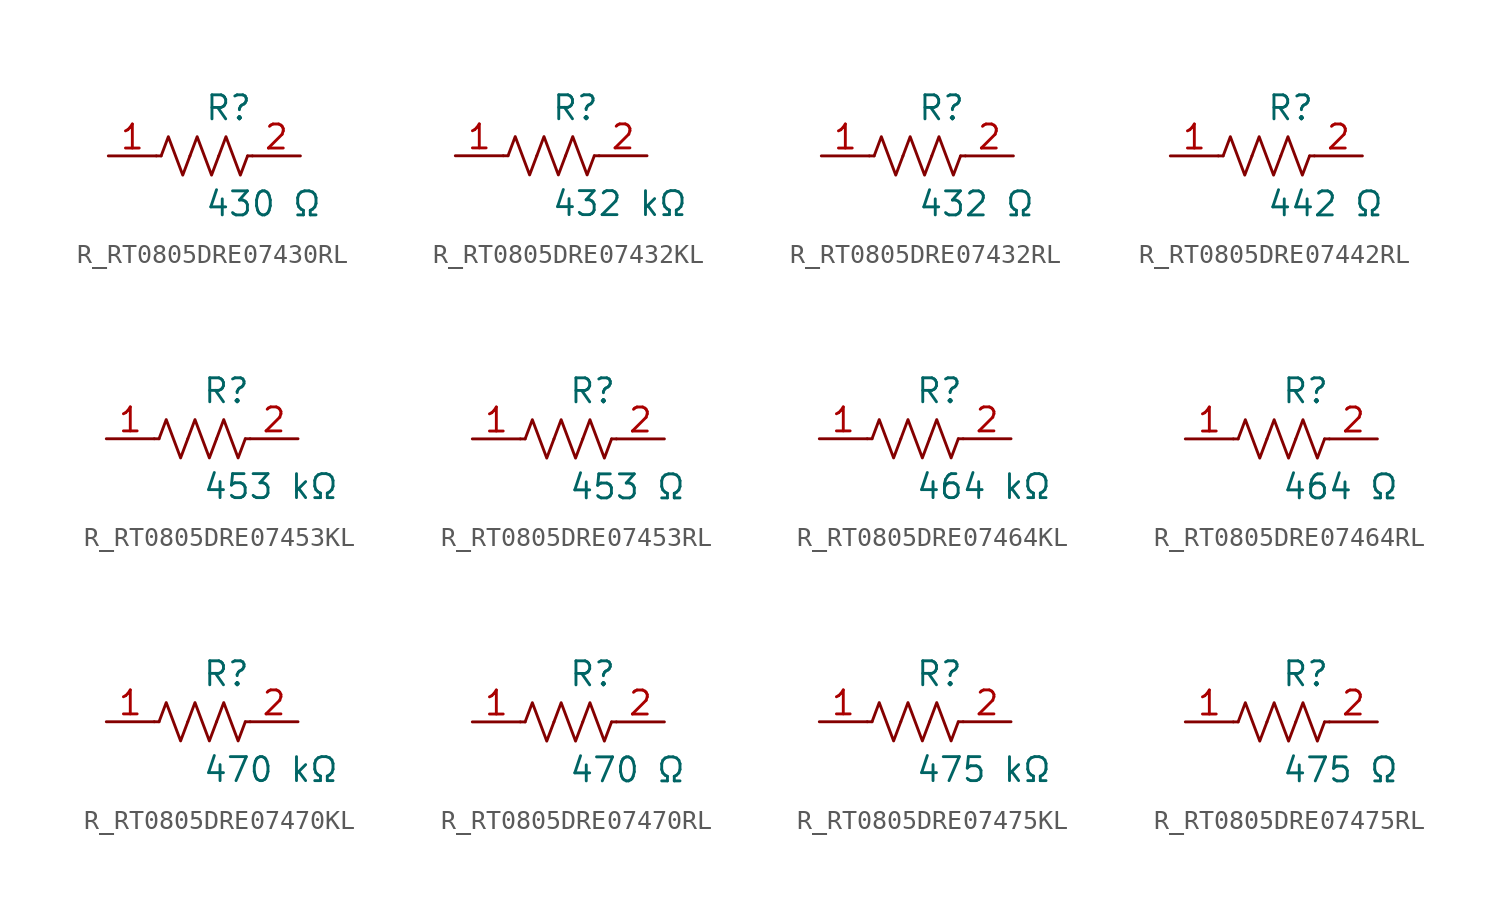
<source format=kicad_sym>
(kicad_symbol_lib
  (version 20231120)
  (generator kicad_symbol_editor)
  (generator_version 8.0)
  (symbol "R_RT0805DRE07430RL"
    (pin_names
      (offset 0.254))
    (property "Reference" "R"
      (at 0 2.54 0)
      (effects (font (size 1.27 1.27)) (justify left)))
    (property "Value" "430 Ω"
      (at 0 -2.54 0)
      (effects (font (size 1.27 1.27)) (justify left)))
    (symbol "R_RT0805DRE07430RL_0_1"
      (polyline (pts (xy 2.286 0) (xy 2.54 0)) (stroke (width 0) (type default)) (fill (type none)))
      (polyline (pts (xy -2.286 0) (xy -2.54 0)) (stroke (width 0) (type default)) (fill (type none)))
      (polyline (pts (xy 0.762 0) (xy 1.143 1.016) (xy 1.524 0) (xy 1.905 -1.016) (xy 2.286 0)) (stroke (width 0) (type default)) (fill (type none)))
      (polyline (pts (xy -0.762 0) (xy -0.381 1.016) (xy 0 0) (xy 0.381 -1.016) (xy 0.762 0)) (stroke (width 0) (type default)) (fill (type none)))
      (polyline (pts (xy -2.286 0) (xy -1.905 1.016) (xy -1.524 0) (xy -1.143 -1.016) (xy -0.762 0)) (stroke (width 0) (type default)) (fill (type none))))
    (pin passive line
      (at -5.08 0 0)
      (length 2.54)
      (name "" (effects (font (size 1.27 1.27))))
      (number "1" (effects (font (size 1.27 1.27)))))
    (pin passive line
      (at 5.08 0 180)
      (length 2.54)
      (name "" (effects (font (size 1.27 1.27))))
      (number "2" (effects (font (size 1.27 1.27))))))
  (symbol "R_RT0805DRE07432KL"
    (pin_names
      (offset 0.254))
    (property "Reference" "R"
      (at 0 2.54 0)
      (effects (font (size 1.27 1.27)) (justify left)))
    (property "Value" "432 kΩ"
      (at 0 -2.54 0)
      (effects (font (size 1.27 1.27)) (justify left)))
    (symbol "R_RT0805DRE07432KL_0_1"
      (polyline (pts (xy 2.286 0) (xy 2.54 0)) (stroke (width 0) (type default)) (fill (type none)))
      (polyline (pts (xy -2.286 0) (xy -2.54 0)) (stroke (width 0) (type default)) (fill (type none)))
      (polyline (pts (xy 0.762 0) (xy 1.143 1.016) (xy 1.524 0) (xy 1.905 -1.016) (xy 2.286 0)) (stroke (width 0) (type default)) (fill (type none)))
      (polyline (pts (xy -0.762 0) (xy -0.381 1.016) (xy 0 0) (xy 0.381 -1.016) (xy 0.762 0)) (stroke (width 0) (type default)) (fill (type none)))
      (polyline (pts (xy -2.286 0) (xy -1.905 1.016) (xy -1.524 0) (xy -1.143 -1.016) (xy -0.762 0)) (stroke (width 0) (type default)) (fill (type none))))
    (pin passive line
      (at -5.08 0 0)
      (length 2.54)
      (name "" (effects (font (size 1.27 1.27))))
      (number "1" (effects (font (size 1.27 1.27)))))
    (pin passive line
      (at 5.08 0 180)
      (length 2.54)
      (name "" (effects (font (size 1.27 1.27))))
      (number "2" (effects (font (size 1.27 1.27))))))
  (symbol "R_RT0805DRE07432RL"
    (pin_names
      (offset 0.254))
    (property "Reference" "R"
      (at 0 2.54 0)
      (effects (font (size 1.27 1.27)) (justify left)))
    (property "Value" "432 Ω"
      (at 0 -2.54 0)
      (effects (font (size 1.27 1.27)) (justify left)))
    (symbol "R_RT0805DRE07432RL_0_1"
      (polyline (pts (xy 2.286 0) (xy 2.54 0)) (stroke (width 0) (type default)) (fill (type none)))
      (polyline (pts (xy -2.286 0) (xy -2.54 0)) (stroke (width 0) (type default)) (fill (type none)))
      (polyline (pts (xy 0.762 0) (xy 1.143 1.016) (xy 1.524 0) (xy 1.905 -1.016) (xy 2.286 0)) (stroke (width 0) (type default)) (fill (type none)))
      (polyline (pts (xy -0.762 0) (xy -0.381 1.016) (xy 0 0) (xy 0.381 -1.016) (xy 0.762 0)) (stroke (width 0) (type default)) (fill (type none)))
      (polyline (pts (xy -2.286 0) (xy -1.905 1.016) (xy -1.524 0) (xy -1.143 -1.016) (xy -0.762 0)) (stroke (width 0) (type default)) (fill (type none))))
    (pin passive line
      (at -5.08 0 0)
      (length 2.54)
      (name "" (effects (font (size 1.27 1.27))))
      (number "1" (effects (font (size 1.27 1.27)))))
    (pin passive line
      (at 5.08 0 180)
      (length 2.54)
      (name "" (effects (font (size 1.27 1.27))))
      (number "2" (effects (font (size 1.27 1.27))))))
  (symbol "R_RT0805DRE07442RL"
    (pin_names
      (offset 0.254))
    (property "Reference" "R"
      (at 0 2.54 0)
      (effects (font (size 1.27 1.27)) (justify left)))
    (property "Value" "442 Ω"
      (at 0 -2.54 0)
      (effects (font (size 1.27 1.27)) (justify left)))
    (symbol "R_RT0805DRE07442RL_0_1"
      (polyline (pts (xy 2.286 0) (xy 2.54 0)) (stroke (width 0) (type default)) (fill (type none)))
      (polyline (pts (xy -2.286 0) (xy -2.54 0)) (stroke (width 0) (type default)) (fill (type none)))
      (polyline (pts (xy 0.762 0) (xy 1.143 1.016) (xy 1.524 0) (xy 1.905 -1.016) (xy 2.286 0)) (stroke (width 0) (type default)) (fill (type none)))
      (polyline (pts (xy -0.762 0) (xy -0.381 1.016) (xy 0 0) (xy 0.381 -1.016) (xy 0.762 0)) (stroke (width 0) (type default)) (fill (type none)))
      (polyline (pts (xy -2.286 0) (xy -1.905 1.016) (xy -1.524 0) (xy -1.143 -1.016) (xy -0.762 0)) (stroke (width 0) (type default)) (fill (type none))))
    (pin passive line
      (at -5.08 0 0)
      (length 2.54)
      (name "" (effects (font (size 1.27 1.27))))
      (number "1" (effects (font (size 1.27 1.27)))))
    (pin passive line
      (at 5.08 0 180)
      (length 2.54)
      (name "" (effects (font (size 1.27 1.27))))
      (number "2" (effects (font (size 1.27 1.27))))))
  (symbol "R_RT0805DRE07453KL"
    (pin_names
      (offset 0.254))
    (property "Reference" "R"
      (at 0 2.54 0)
      (effects (font (size 1.27 1.27)) (justify left)))
    (property "Value" "453 kΩ"
      (at 0 -2.54 0)
      (effects (font (size 1.27 1.27)) (justify left)))
    (symbol "R_RT0805DRE07453KL_0_1"
      (polyline (pts (xy 2.286 0) (xy 2.54 0)) (stroke (width 0) (type default)) (fill (type none)))
      (polyline (pts (xy -2.286 0) (xy -2.54 0)) (stroke (width 0) (type default)) (fill (type none)))
      (polyline (pts (xy 0.762 0) (xy 1.143 1.016) (xy 1.524 0) (xy 1.905 -1.016) (xy 2.286 0)) (stroke (width 0) (type default)) (fill (type none)))
      (polyline (pts (xy -0.762 0) (xy -0.381 1.016) (xy 0 0) (xy 0.381 -1.016) (xy 0.762 0)) (stroke (width 0) (type default)) (fill (type none)))
      (polyline (pts (xy -2.286 0) (xy -1.905 1.016) (xy -1.524 0) (xy -1.143 -1.016) (xy -0.762 0)) (stroke (width 0) (type default)) (fill (type none))))
    (pin passive line
      (at -5.08 0 0)
      (length 2.54)
      (name "" (effects (font (size 1.27 1.27))))
      (number "1" (effects (font (size 1.27 1.27)))))
    (pin passive line
      (at 5.08 0 180)
      (length 2.54)
      (name "" (effects (font (size 1.27 1.27))))
      (number "2" (effects (font (size 1.27 1.27))))))
  (symbol "R_RT0805DRE07453RL"
    (pin_names
      (offset 0.254))
    (property "Reference" "R"
      (at 0 2.54 0)
      (effects (font (size 1.27 1.27)) (justify left)))
    (property "Value" "453 Ω"
      (at 0 -2.54 0)
      (effects (font (size 1.27 1.27)) (justify left)))
    (symbol "R_RT0805DRE07453RL_0_1"
      (polyline (pts (xy 2.286 0) (xy 2.54 0)) (stroke (width 0) (type default)) (fill (type none)))
      (polyline (pts (xy -2.286 0) (xy -2.54 0)) (stroke (width 0) (type default)) (fill (type none)))
      (polyline (pts (xy 0.762 0) (xy 1.143 1.016) (xy 1.524 0) (xy 1.905 -1.016) (xy 2.286 0)) (stroke (width 0) (type default)) (fill (type none)))
      (polyline (pts (xy -0.762 0) (xy -0.381 1.016) (xy 0 0) (xy 0.381 -1.016) (xy 0.762 0)) (stroke (width 0) (type default)) (fill (type none)))
      (polyline (pts (xy -2.286 0) (xy -1.905 1.016) (xy -1.524 0) (xy -1.143 -1.016) (xy -0.762 0)) (stroke (width 0) (type default)) (fill (type none))))
    (pin passive line
      (at -5.08 0 0)
      (length 2.54)
      (name "" (effects (font (size 1.27 1.27))))
      (number "1" (effects (font (size 1.27 1.27)))))
    (pin passive line
      (at 5.08 0 180)
      (length 2.54)
      (name "" (effects (font (size 1.27 1.27))))
      (number "2" (effects (font (size 1.27 1.27))))))
  (symbol "R_RT0805DRE07464KL"
    (pin_names
      (offset 0.254))
    (property "Reference" "R"
      (at 0 2.54 0)
      (effects (font (size 1.27 1.27)) (justify left)))
    (property "Value" "464 kΩ"
      (at 0 -2.54 0)
      (effects (font (size 1.27 1.27)) (justify left)))
    (symbol "R_RT0805DRE07464KL_0_1"
      (polyline (pts (xy 2.286 0) (xy 2.54 0)) (stroke (width 0) (type default)) (fill (type none)))
      (polyline (pts (xy -2.286 0) (xy -2.54 0)) (stroke (width 0) (type default)) (fill (type none)))
      (polyline (pts (xy 0.762 0) (xy 1.143 1.016) (xy 1.524 0) (xy 1.905 -1.016) (xy 2.286 0)) (stroke (width 0) (type default)) (fill (type none)))
      (polyline (pts (xy -0.762 0) (xy -0.381 1.016) (xy 0 0) (xy 0.381 -1.016) (xy 0.762 0)) (stroke (width 0) (type default)) (fill (type none)))
      (polyline (pts (xy -2.286 0) (xy -1.905 1.016) (xy -1.524 0) (xy -1.143 -1.016) (xy -0.762 0)) (stroke (width 0) (type default)) (fill (type none))))
    (pin passive line
      (at -5.08 0 0)
      (length 2.54)
      (name "" (effects (font (size 1.27 1.27))))
      (number "1" (effects (font (size 1.27 1.27)))))
    (pin passive line
      (at 5.08 0 180)
      (length 2.54)
      (name "" (effects (font (size 1.27 1.27))))
      (number "2" (effects (font (size 1.27 1.27))))))
  (symbol "R_RT0805DRE07464RL"
    (pin_names
      (offset 0.254))
    (property "Reference" "R"
      (at 0 2.54 0)
      (effects (font (size 1.27 1.27)) (justify left)))
    (property "Value" "464 Ω"
      (at 0 -2.54 0)
      (effects (font (size 1.27 1.27)) (justify left)))
    (symbol "R_RT0805DRE07464RL_0_1"
      (polyline (pts (xy 2.286 0) (xy 2.54 0)) (stroke (width 0) (type default)) (fill (type none)))
      (polyline (pts (xy -2.286 0) (xy -2.54 0)) (stroke (width 0) (type default)) (fill (type none)))
      (polyline (pts (xy 0.762 0) (xy 1.143 1.016) (xy 1.524 0) (xy 1.905 -1.016) (xy 2.286 0)) (stroke (width 0) (type default)) (fill (type none)))
      (polyline (pts (xy -0.762 0) (xy -0.381 1.016) (xy 0 0) (xy 0.381 -1.016) (xy 0.762 0)) (stroke (width 0) (type default)) (fill (type none)))
      (polyline (pts (xy -2.286 0) (xy -1.905 1.016) (xy -1.524 0) (xy -1.143 -1.016) (xy -0.762 0)) (stroke (width 0) (type default)) (fill (type none))))
    (pin passive line
      (at -5.08 0 0)
      (length 2.54)
      (name "" (effects (font (size 1.27 1.27))))
      (number "1" (effects (font (size 1.27 1.27)))))
    (pin passive line
      (at 5.08 0 180)
      (length 2.54)
      (name "" (effects (font (size 1.27 1.27))))
      (number "2" (effects (font (size 1.27 1.27))))))
  (symbol "R_RT0805DRE07470KL"
    (pin_names
      (offset 0.254))
    (property "Reference" "R"
      (at 0 2.54 0)
      (effects (font (size 1.27 1.27)) (justify left)))
    (property "Value" "470 kΩ"
      (at 0 -2.54 0)
      (effects (font (size 1.27 1.27)) (justify left)))
    (symbol "R_RT0805DRE07470KL_0_1"
      (polyline (pts (xy 2.286 0) (xy 2.54 0)) (stroke (width 0) (type default)) (fill (type none)))
      (polyline (pts (xy -2.286 0) (xy -2.54 0)) (stroke (width 0) (type default)) (fill (type none)))
      (polyline (pts (xy 0.762 0) (xy 1.143 1.016) (xy 1.524 0) (xy 1.905 -1.016) (xy 2.286 0)) (stroke (width 0) (type default)) (fill (type none)))
      (polyline (pts (xy -0.762 0) (xy -0.381 1.016) (xy 0 0) (xy 0.381 -1.016) (xy 0.762 0)) (stroke (width 0) (type default)) (fill (type none)))
      (polyline (pts (xy -2.286 0) (xy -1.905 1.016) (xy -1.524 0) (xy -1.143 -1.016) (xy -0.762 0)) (stroke (width 0) (type default)) (fill (type none))))
    (pin passive line
      (at -5.08 0 0)
      (length 2.54)
      (name "" (effects (font (size 1.27 1.27))))
      (number "1" (effects (font (size 1.27 1.27)))))
    (pin passive line
      (at 5.08 0 180)
      (length 2.54)
      (name "" (effects (font (size 1.27 1.27))))
      (number "2" (effects (font (size 1.27 1.27))))))
  (symbol "R_RT0805DRE07470RL"
    (pin_names
      (offset 0.254))
    (property "Reference" "R"
      (at 0 2.54 0)
      (effects (font (size 1.27 1.27)) (justify left)))
    (property "Value" "470 Ω"
      (at 0 -2.54 0)
      (effects (font (size 1.27 1.27)) (justify left)))
    (symbol "R_RT0805DRE07470RL_0_1"
      (polyline (pts (xy 2.286 0) (xy 2.54 0)) (stroke (width 0) (type default)) (fill (type none)))
      (polyline (pts (xy -2.286 0) (xy -2.54 0)) (stroke (width 0) (type default)) (fill (type none)))
      (polyline (pts (xy 0.762 0) (xy 1.143 1.016) (xy 1.524 0) (xy 1.905 -1.016) (xy 2.286 0)) (stroke (width 0) (type default)) (fill (type none)))
      (polyline (pts (xy -0.762 0) (xy -0.381 1.016) (xy 0 0) (xy 0.381 -1.016) (xy 0.762 0)) (stroke (width 0) (type default)) (fill (type none)))
      (polyline (pts (xy -2.286 0) (xy -1.905 1.016) (xy -1.524 0) (xy -1.143 -1.016) (xy -0.762 0)) (stroke (width 0) (type default)) (fill (type none))))
    (pin passive line
      (at -5.08 0 0)
      (length 2.54)
      (name "" (effects (font (size 1.27 1.27))))
      (number "1" (effects (font (size 1.27 1.27)))))
    (pin passive line
      (at 5.08 0 180)
      (length 2.54)
      (name "" (effects (font (size 1.27 1.27))))
      (number "2" (effects (font (size 1.27 1.27))))))
  (symbol "R_RT0805DRE07475KL"
    (pin_names
      (offset 0.254))
    (property "Reference" "R"
      (at 0 2.54 0)
      (effects (font (size 1.27 1.27)) (justify left)))
    (property "Value" "475 kΩ"
      (at 0 -2.54 0)
      (effects (font (size 1.27 1.27)) (justify left)))
    (symbol "R_RT0805DRE07475KL_0_1"
      (polyline (pts (xy 2.286 0) (xy 2.54 0)) (stroke (width 0) (type default)) (fill (type none)))
      (polyline (pts (xy -2.286 0) (xy -2.54 0)) (stroke (width 0) (type default)) (fill (type none)))
      (polyline (pts (xy 0.762 0) (xy 1.143 1.016) (xy 1.524 0) (xy 1.905 -1.016) (xy 2.286 0)) (stroke (width 0) (type default)) (fill (type none)))
      (polyline (pts (xy -0.762 0) (xy -0.381 1.016) (xy 0 0) (xy 0.381 -1.016) (xy 0.762 0)) (stroke (width 0) (type default)) (fill (type none)))
      (polyline (pts (xy -2.286 0) (xy -1.905 1.016) (xy -1.524 0) (xy -1.143 -1.016) (xy -0.762 0)) (stroke (width 0) (type default)) (fill (type none))))
    (pin passive line
      (at -5.08 0 0)
      (length 2.54)
      (name "" (effects (font (size 1.27 1.27))))
      (number "1" (effects (font (size 1.27 1.27)))))
    (pin passive line
      (at 5.08 0 180)
      (length 2.54)
      (name "" (effects (font (size 1.27 1.27))))
      (number "2" (effects (font (size 1.27 1.27))))))
  (symbol "R_RT0805DRE07475RL"
    (pin_names
      (offset 0.254))
    (property "Reference" "R"
      (at 0 2.54 0)
      (effects (font (size 1.27 1.27)) (justify left)))
    (property "Value" "475 Ω"
      (at 0 -2.54 0)
      (effects (font (size 1.27 1.27)) (justify left)))
    (symbol "R_RT0805DRE07475RL_0_1"
      (polyline (pts (xy 2.286 0) (xy 2.54 0)) (stroke (width 0) (type default)) (fill (type none)))
      (polyline (pts (xy -2.286 0) (xy -2.54 0)) (stroke (width 0) (type default)) (fill (type none)))
      (polyline (pts (xy 0.762 0) (xy 1.143 1.016) (xy 1.524 0) (xy 1.905 -1.016) (xy 2.286 0)) (stroke (width 0) (type default)) (fill (type none)))
      (polyline (pts (xy -0.762 0) (xy -0.381 1.016) (xy 0 0) (xy 0.381 -1.016) (xy 0.762 0)) (stroke (width 0) (type default)) (fill (type none)))
      (polyline (pts (xy -2.286 0) (xy -1.905 1.016) (xy -1.524 0) (xy -1.143 -1.016) (xy -0.762 0)) (stroke (width 0) (type default)) (fill (type none))))
    (pin passive line
      (at -5.08 0 0)
      (length 2.54)
      (name "" (effects (font (size 1.27 1.27))))
      (number "1" (effects (font (size 1.27 1.27)))))
    (pin passive line
      (at 5.08 0 180)
      (length 2.54)
      (name "" (effects (font (size 1.27 1.27))))
      (number "2" (effects (font (size 1.27 1.27)))))))
</source>
